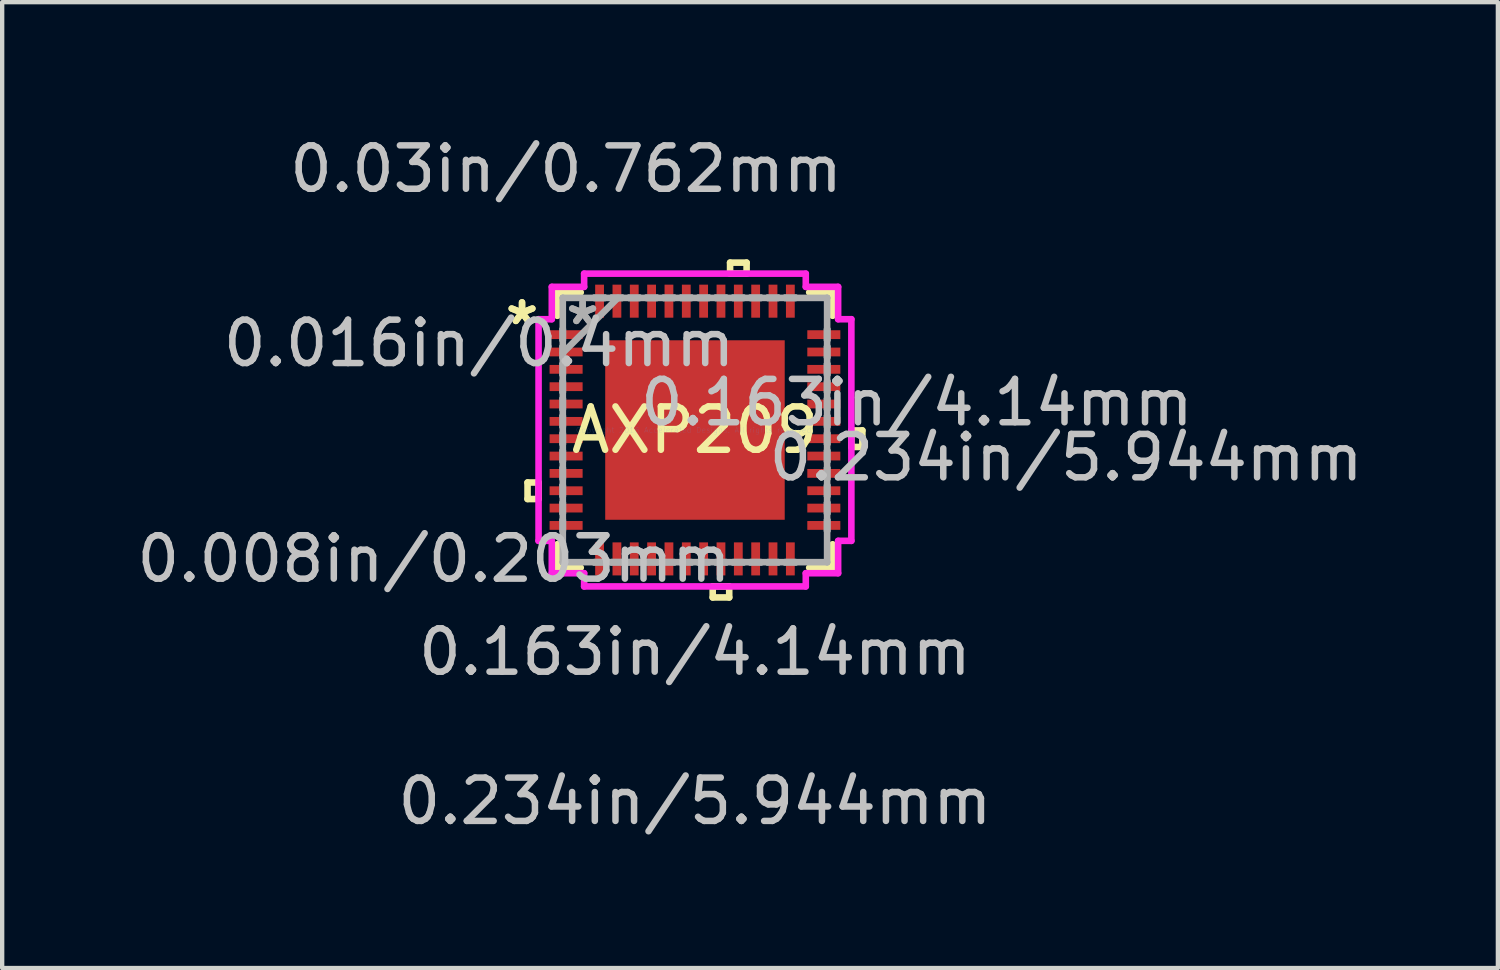
<source format=kicad_pcb>
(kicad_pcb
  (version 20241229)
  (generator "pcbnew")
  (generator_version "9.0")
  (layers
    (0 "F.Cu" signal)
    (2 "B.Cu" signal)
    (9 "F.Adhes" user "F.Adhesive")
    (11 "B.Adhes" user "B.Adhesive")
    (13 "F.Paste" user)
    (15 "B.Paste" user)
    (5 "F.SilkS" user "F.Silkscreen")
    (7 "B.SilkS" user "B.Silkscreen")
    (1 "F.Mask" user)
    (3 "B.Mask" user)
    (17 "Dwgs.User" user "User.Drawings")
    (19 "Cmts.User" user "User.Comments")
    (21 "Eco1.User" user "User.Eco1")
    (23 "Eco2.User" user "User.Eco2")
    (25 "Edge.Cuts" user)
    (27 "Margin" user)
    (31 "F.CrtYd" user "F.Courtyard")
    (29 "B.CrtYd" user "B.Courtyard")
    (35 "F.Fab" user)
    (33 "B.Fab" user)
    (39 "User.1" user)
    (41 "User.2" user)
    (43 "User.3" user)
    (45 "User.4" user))
  (footprint "AXP209"
    (layer "F.Cu")
    (at 12.978 6.868)
    (property "Reference" "AXP209" (at 0 0 0) (layer "F.SilkS") (effects (font (size 1 1) (thickness 0.15))))
    (attr through_hole)
    (fp_line (start -3.861 1.21) (end -3.861 1.591) (stroke (width 0.152) (type solid)) (layer "F.SilkS"))
    (fp_line (start -3.861 1.591) (end -3.607 1.591) (stroke (width 0.152) (type solid)) (layer "F.SilkS"))
    (fp_line (start -3.607 1.21) (end -3.861 1.21) (stroke (width 0.152) (type solid)) (layer "F.SilkS"))
    (fp_line (start -3.607 1.591) (end -3.607 1.21) (stroke (width 0.152) (type solid)) (layer "F.SilkS"))
    (fp_line (start -3.175 -3.175) (end -3.175 -2.634) (stroke (width 0.152) (type solid)) (layer "F.SilkS"))
    (fp_line (start -3.175 2.634) (end -3.175 3.175) (stroke (width 0.152) (type solid)) (layer "F.SilkS"))
    (fp_line (start -3.175 3.175) (end -2.634 3.175) (stroke (width 0.152) (type solid)) (layer "F.SilkS"))
    (fp_line (start -2.634 -3.175) (end -3.175 -3.175) (stroke (width 0.152) (type solid)) (layer "F.SilkS"))
    (fp_line (start 0.409 3.607) (end 0.409 3.861) (stroke (width 0.152) (type solid)) (layer "F.SilkS"))
    (fp_line (start 0.409 3.861) (end 0.79 3.861) (stroke (width 0.152) (type solid)) (layer "F.SilkS"))
    (fp_line (start 0.79 3.607) (end 0.409 3.607) (stroke (width 0.152) (type solid)) (layer "F.SilkS"))
    (fp_line (start 0.79 3.861) (end 0.79 3.607) (stroke (width 0.152) (type solid)) (layer "F.SilkS"))
    (fp_line (start 0.81 -3.861) (end 1.191 -3.861) (stroke (width 0.152) (type solid)) (layer "F.SilkS"))
    (fp_line (start 0.81 -3.607) (end 0.81 -3.861) (stroke (width 0.152) (type solid)) (layer "F.SilkS"))
    (fp_line (start 1.191 -3.861) (end 1.191 -3.607) (stroke (width 0.152) (type solid)) (layer "F.SilkS"))
    (fp_line (start 1.191 -3.607) (end 0.81 -3.607) (stroke (width 0.152) (type solid)) (layer "F.SilkS"))
    (fp_line (start 2.634 3.175) (end 3.175 3.175) (stroke (width 0.152) (type solid)) (layer "F.SilkS"))
    (fp_line (start 3.175 -3.175) (end 2.634 -3.175) (stroke (width 0.152) (type solid)) (layer "F.SilkS"))
    (fp_line (start 3.175 -2.634) (end 3.175 -3.175) (stroke (width 0.152) (type solid)) (layer "F.SilkS"))
    (fp_line (start 3.175 3.175) (end 3.175 2.634) (stroke (width 0.152) (type solid)) (layer "F.SilkS"))
    (fp_line (start 3.607 0.009) (end 3.861 0.009) (stroke (width 0.152) (type solid)) (layer "F.SilkS"))
    (fp_line (start 3.607 0.391) (end 3.607 0.009) (stroke (width 0.152) (type solid)) (layer "F.SilkS"))
    (fp_line (start 3.861 0.009) (end 3.861 0.391) (stroke (width 0.152) (type solid)) (layer "F.SilkS"))
    (fp_line (start 3.861 0.391) (end 3.607 0.391) (stroke (width 0.152) (type solid)) (layer "F.SilkS"))
    (fp_line (start -1.97 -1.97) (end -1.97 -0.79) (stroke (width 0.152) (type solid)) (layer "F.Paste"))
    (fp_line (start -1.97 -0.79) (end -0.79 -0.79) (stroke (width 0.152) (type solid)) (layer "F.Paste"))
    (fp_line (start -1.97 -0.59) (end -1.97 0.59) (stroke (width 0.152) (type solid)) (layer "F.Paste"))
    (fp_line (start -1.97 0.59) (end -0.79 0.59) (stroke (width 0.152) (type solid)) (layer "F.Paste"))
    (fp_line (start -1.97 0.79) (end -1.97 1.97) (stroke (width 0.152) (type solid)) (layer "F.Paste"))
    (fp_line (start -1.97 1.97) (end -0.79 1.97) (stroke (width 0.152) (type solid)) (layer "F.Paste"))
    (fp_line (start -0.79 -1.97) (end -1.97 -1.97) (stroke (width 0.152) (type solid)) (layer "F.Paste"))
    (fp_line (start -0.79 -0.79) (end -0.79 -1.97) (stroke (width 0.152) (type solid)) (layer "F.Paste"))
    (fp_line (start -0.79 -0.59) (end -1.97 -0.59) (stroke (width 0.152) (type solid)) (layer "F.Paste"))
    (fp_line (start -0.79 0.59) (end -0.79 -0.59) (stroke (width 0.152) (type solid)) (layer "F.Paste"))
    (fp_line (start -0.79 0.79) (end -1.97 0.79) (stroke (width 0.152) (type solid)) (layer "F.Paste"))
    (fp_line (start -0.79 1.97) (end -0.79 0.79) (stroke (width 0.152) (type solid)) (layer "F.Paste"))
    (fp_line (start -0.59 -1.97) (end -0.59 -0.79) (stroke (width 0.152) (type solid)) (layer "F.Paste"))
    (fp_line (start -0.59 -0.79) (end 0.59 -0.79) (stroke (width 0.152) (type solid)) (layer "F.Paste"))
    (fp_line (start -0.59 -0.59) (end -0.59 0.59) (stroke (width 0.152) (type solid)) (layer "F.Paste"))
    (fp_line (start -0.59 0.59) (end 0.59 0.59) (stroke (width 0.152) (type solid)) (layer "F.Paste"))
    (fp_line (start -0.59 0.79) (end -0.59 1.97) (stroke (width 0.152) (type solid)) (layer "F.Paste"))
    (fp_line (start -0.59 1.97) (end 0.59 1.97) (stroke (width 0.152) (type solid)) (layer "F.Paste"))
    (fp_line (start 0.59 -1.97) (end -0.59 -1.97) (stroke (width 0.152) (type solid)) (layer "F.Paste"))
    (fp_line (start 0.59 -0.79) (end 0.59 -1.97) (stroke (width 0.152) (type solid)) (layer "F.Paste"))
    (fp_line (start 0.59 -0.59) (end -0.59 -0.59) (stroke (width 0.152) (type solid)) (layer "F.Paste"))
    (fp_line (start 0.59 0.59) (end 0.59 -0.59) (stroke (width 0.152) (type solid)) (layer "F.Paste"))
    (fp_line (start 0.59 0.79) (end -0.59 0.79) (stroke (width 0.152) (type solid)) (layer "F.Paste"))
    (fp_line (start 0.59 1.97) (end 0.59 0.79) (stroke (width 0.152) (type solid)) (layer "F.Paste"))
    (fp_line (start 0.79 -1.97) (end 0.79 -0.79) (stroke (width 0.152) (type solid)) (layer "F.Paste"))
    (fp_line (start 0.79 -0.79) (end 1.97 -0.79) (stroke (width 0.152) (type solid)) (layer "F.Paste"))
    (fp_line (start 0.79 -0.59) (end 0.79 0.59) (stroke (width 0.152) (type solid)) (layer "F.Paste"))
    (fp_line (start 0.79 0.59) (end 1.97 0.59) (stroke (width 0.152) (type solid)) (layer "F.Paste"))
    (fp_line (start 0.79 0.79) (end 0.79 1.97) (stroke (width 0.152) (type solid)) (layer "F.Paste"))
    (fp_line (start 0.79 1.97) (end 1.97 1.97) (stroke (width 0.152) (type solid)) (layer "F.Paste"))
    (fp_line (start 1.97 -1.97) (end 0.79 -1.97) (stroke (width 0.152) (type solid)) (layer "F.Paste"))
    (fp_line (start 1.97 -0.79) (end 1.97 -1.97) (stroke (width 0.152) (type solid)) (layer "F.Paste"))
    (fp_line (start 1.97 -0.59) (end 0.79 -0.59) (stroke (width 0.152) (type solid)) (layer "F.Paste"))
    (fp_line (start 1.97 0.59) (end 1.97 -0.59) (stroke (width 0.152) (type solid)) (layer "F.Paste"))
    (fp_line (start 1.97 0.79) (end 0.79 0.79) (stroke (width 0.152) (type solid)) (layer "F.Paste"))
    (fp_line (start 1.97 1.97) (end 1.97 0.79) (stroke (width 0.152) (type solid)) (layer "F.Paste"))
    (fp_line (start -3.607 -2.556) (end -3.302 -2.556) (stroke (width 0.152) (type solid)) (layer "F.CrtYd"))
    (fp_line (start -3.607 2.556) (end -3.607 -2.556) (stroke (width 0.152) (type solid)) (layer "F.CrtYd"))
    (fp_line (start -3.302 -3.302) (end -2.556 -3.302) (stroke (width 0.152) (type solid)) (layer "F.CrtYd"))
    (fp_line (start -3.302 -2.556) (end -3.302 -3.302) (stroke (width 0.152) (type solid)) (layer "F.CrtYd"))
    (fp_line (start -3.302 2.556) (end -3.607 2.556) (stroke (width 0.152) (type solid)) (layer "F.CrtYd"))
    (fp_line (start -3.302 3.302) (end -3.302 2.556) (stroke (width 0.152) (type solid)) (layer "F.CrtYd"))
    (fp_line (start -2.556 -3.607) (end 2.556 -3.607) (stroke (width 0.152) (type solid)) (layer "F.CrtYd"))
    (fp_line (start -2.556 -3.302) (end -2.556 -3.607) (stroke (width 0.152) (type solid)) (layer "F.CrtYd"))
    (fp_line (start -2.556 3.302) (end -3.302 3.302) (stroke (width 0.152) (type solid)) (layer "F.CrtYd"))
    (fp_line (start -2.556 3.607) (end -2.556 3.302) (stroke (width 0.152) (type solid)) (layer "F.CrtYd"))
    (fp_line (start 2.556 -3.607) (end 2.556 -3.302) (stroke (width 0.152) (type solid)) (layer "F.CrtYd"))
    (fp_line (start 2.556 -3.302) (end 3.302 -3.302) (stroke (width 0.152) (type solid)) (layer "F.CrtYd"))
    (fp_line (start 2.556 3.302) (end 2.556 3.607) (stroke (width 0.152) (type solid)) (layer "F.CrtYd"))
    (fp_line (start 2.556 3.607) (end -2.556 3.607) (stroke (width 0.152) (type solid)) (layer "F.CrtYd"))
    (fp_line (start 3.302 -3.302) (end 3.302 -2.556) (stroke (width 0.152) (type solid)) (layer "F.CrtYd"))
    (fp_line (start 3.302 -2.556) (end 3.607 -2.556) (stroke (width 0.152) (type solid)) (layer "F.CrtYd"))
    (fp_line (start 3.302 2.556) (end 3.302 3.302) (stroke (width 0.152) (type solid)) (layer "F.CrtYd"))
    (fp_line (start 3.302 3.302) (end 2.556 3.302) (stroke (width 0.152) (type solid)) (layer "F.CrtYd"))
    (fp_line (start 3.607 -2.556) (end 3.607 2.556) (stroke (width 0.152) (type solid)) (layer "F.CrtYd"))
    (fp_line (start 3.607 2.556) (end 3.302 2.556) (stroke (width 0.152) (type solid)) (layer "F.CrtYd"))
    (fp_line (start -3.048 -3.048) (end -3.048 -3.048) (stroke (width 0.152) (type solid)) (layer "F.Fab"))
    (fp_line (start -3.048 -3.048) (end -3.048 3.048) (stroke (width 0.152) (type solid)) (layer "F.Fab"))
    (fp_line (start -3.048 -2.327) (end -3.048 -2.327) (stroke (width 0.152) (type solid)) (layer "F.Fab"))
    (fp_line (start -3.048 -2.327) (end -3.048 -2.073) (stroke (width 0.152) (type solid)) (layer "F.Fab"))
    (fp_line (start -3.048 -2.073) (end -3.048 -2.327) (stroke (width 0.152) (type solid)) (layer "F.Fab"))
    (fp_line (start -3.048 -2.073) (end -3.048 -2.073) (stroke (width 0.152) (type solid)) (layer "F.Fab"))
    (fp_line (start -3.048 -1.927) (end -3.048 -1.927) (stroke (width 0.152) (type solid)) (layer "F.Fab"))
    (fp_line (start -3.048 -1.927) (end -3.048 -1.673) (stroke (width 0.152) (type solid)) (layer "F.Fab"))
    (fp_line (start -3.048 -1.778) (end -1.778 -3.048) (stroke (width 0.152) (type solid)) (layer "F.Fab"))
    (fp_line (start -3.048 -1.673) (end -3.048 -1.927) (stroke (width 0.152) (type solid)) (layer "F.Fab"))
    (fp_line (start -3.048 -1.673) (end -3.048 -1.673) (stroke (width 0.152) (type solid)) (layer "F.Fab"))
    (fp_line (start -3.048 -1.527) (end -3.048 -1.527) (stroke (width 0.152) (type solid)) (layer "F.Fab"))
    (fp_line (start -3.048 -1.527) (end -3.048 -1.273) (stroke (width 0.152) (type solid)) (layer "F.Fab"))
    (fp_line (start -3.048 -1.273) (end -3.048 -1.527) (stroke (width 0.152) (type solid)) (layer "F.Fab"))
    (fp_line (start -3.048 -1.273) (end -3.048 -1.273) (stroke (width 0.152) (type solid)) (layer "F.Fab"))
    (fp_line (start -3.048 -1.127) (end -3.048 -1.127) (stroke (width 0.152) (type solid)) (layer "F.Fab"))
    (fp_line (start -3.048 -1.127) (end -3.048 -0.873) (stroke (width 0.152) (type solid)) (layer "F.Fab"))
    (fp_line (start -3.048 -0.873) (end -3.048 -1.127) (stroke (width 0.152) (type solid)) (layer "F.Fab"))
    (fp_line (start -3.048 -0.873) (end -3.048 -0.873) (stroke (width 0.152) (type solid)) (layer "F.Fab"))
    (fp_line (start -3.048 -0.727) (end -3.048 -0.727) (stroke (width 0.152) (type solid)) (layer "F.Fab"))
    (fp_line (start -3.048 -0.727) (end -3.048 -0.473) (stroke (width 0.152) (type solid)) (layer "F.Fab"))
    (fp_line (start -3.048 -0.473) (end -3.048 -0.727) (stroke (width 0.152) (type solid)) (layer "F.Fab"))
    (fp_line (start -3.048 -0.473) (end -3.048 -0.473) (stroke (width 0.152) (type solid)) (layer "F.Fab"))
    (fp_line (start -3.048 -0.327) (end -3.048 -0.327) (stroke (width 0.152) (type solid)) (layer "F.Fab"))
    (fp_line (start -3.048 -0.327) (end -3.048 -0.073) (stroke (width 0.152) (type solid)) (layer "F.Fab"))
    (fp_line (start -3.048 -0.073) (end -3.048 -0.327) (stroke (width 0.152) (type solid)) (layer "F.Fab"))
    (fp_line (start -3.048 -0.073) (end -3.048 -0.073) (stroke (width 0.152) (type solid)) (layer "F.Fab"))
    (fp_line (start -3.048 0.073) (end -3.048 0.073) (stroke (width 0.152) (type solid)) (layer "F.Fab"))
    (fp_line (start -3.048 0.073) (end -3.048 0.327) (stroke (width 0.152) (type solid)) (layer "F.Fab"))
    (fp_line (start -3.048 0.327) (end -3.048 0.073) (stroke (width 0.152) (type solid)) (layer "F.Fab"))
    (fp_line (start -3.048 0.327) (end -3.048 0.327) (stroke (width 0.152) (type solid)) (layer "F.Fab"))
    (fp_line (start -3.048 0.473) (end -3.048 0.473) (stroke (width 0.152) (type solid)) (layer "F.Fab"))
    (fp_line (start -3.048 0.473) (end -3.048 0.727) (stroke (width 0.152) (type solid)) (layer "F.Fab"))
    (fp_line (start -3.048 0.727) (end -3.048 0.473) (stroke (width 0.152) (type solid)) (layer "F.Fab"))
    (fp_line (start -3.048 0.727) (end -3.048 0.727) (stroke (width 0.152) (type solid)) (layer "F.Fab"))
    (fp_line (start -3.048 0.873) (end -3.048 0.873) (stroke (width 0.152) (type solid)) (layer "F.Fab"))
    (fp_line (start -3.048 0.873) (end -3.048 1.127) (stroke (width 0.152) (type solid)) (layer "F.Fab"))
    (fp_line (start -3.048 1.127) (end -3.048 0.873) (stroke (width 0.152) (type solid)) (layer "F.Fab"))
    (fp_line (start -3.048 1.127) (end -3.048 1.127) (stroke (width 0.152) (type solid)) (layer "F.Fab"))
    (fp_line (start -3.048 1.273) (end -3.048 1.273) (stroke (width 0.152) (type solid)) (layer "F.Fab"))
    (fp_line (start -3.048 1.273) (end -3.048 1.527) (stroke (width 0.152) (type solid)) (layer "F.Fab"))
    (fp_line (start -3.048 1.527) (end -3.048 1.273) (stroke (width 0.152) (type solid)) (layer "F.Fab"))
    (fp_line (start -3.048 1.527) (end -3.048 1.527) (stroke (width 0.152) (type solid)) (layer "F.Fab"))
    (fp_line (start -3.048 1.673) (end -3.048 1.673) (stroke (width 0.152) (type solid)) (layer "F.Fab"))
    (fp_line (start -3.048 1.673) (end -3.048 1.927) (stroke (width 0.152) (type solid)) (layer "F.Fab"))
    (fp_line (start -3.048 1.927) (end -3.048 1.673) (stroke (width 0.152) (type solid)) (layer "F.Fab"))
    (fp_line (start -3.048 1.927) (end -3.048 1.927) (stroke (width 0.152) (type solid)) (layer "F.Fab"))
    (fp_line (start -3.048 2.073) (end -3.048 2.073) (stroke (width 0.152) (type solid)) (layer "F.Fab"))
    (fp_line (start -3.048 2.073) (end -3.048 2.327) (stroke (width 0.152) (type solid)) (layer "F.Fab"))
    (fp_line (start -3.048 2.327) (end -3.048 2.073) (stroke (width 0.152) (type solid)) (layer "F.Fab"))
    (fp_line (start -3.048 2.327) (end -3.048 2.327) (stroke (width 0.152) (type solid)) (layer "F.Fab"))
    (fp_line (start -3.048 3.048) (end -3.048 3.048) (stroke (width 0.152) (type solid)) (layer "F.Fab"))
    (fp_line (start -3.048 3.048) (end 3.048 3.048) (stroke (width 0.152) (type solid)) (layer "F.Fab"))
    (fp_line (start -2.327 -3.048) (end -2.327 -3.048) (stroke (width 0.152) (type solid)) (layer "F.Fab"))
    (fp_line (start -2.327 -3.048) (end -2.073 -3.048) (stroke (width 0.152) (type solid)) (layer "F.Fab"))
    (fp_line (start -2.327 3.048) (end -2.327 3.048) (stroke (width 0.152) (type solid)) (layer "F.Fab"))
    (fp_line (start -2.327 3.048) (end -2.073 3.048) (stroke (width 0.152) (type solid)) (layer "F.Fab"))
    (fp_line (start -2.073 -3.048) (end -2.327 -3.048) (stroke (width 0.152) (type solid)) (layer "F.Fab"))
    (fp_line (start -2.073 -3.048) (end -2.073 -3.048) (stroke (width 0.152) (type solid)) (layer "F.Fab"))
    (fp_line (start -2.073 3.048) (end -2.327 3.048) (stroke (width 0.152) (type solid)) (layer "F.Fab"))
    (fp_line (start -2.073 3.048) (end -2.073 3.048) (stroke (width 0.152) (type solid)) (layer "F.Fab"))
    (fp_line (start -1.927 -3.048) (end -1.927 -3.048) (stroke (width 0.152) (type solid)) (layer "F.Fab"))
    (fp_line (start -1.927 -3.048) (end -1.673 -3.048) (stroke (width 0.152) (type solid)) (layer "F.Fab"))
    (fp_line (start -1.927 3.048) (end -1.927 3.048) (stroke (width 0.152) (type solid)) (layer "F.Fab"))
    (fp_line (start -1.927 3.048) (end -1.673 3.048) (stroke (width 0.152) (type solid)) (layer "F.Fab"))
    (fp_line (start -1.673 -3.048) (end -1.927 -3.048) (stroke (width 0.152) (type solid)) (layer "F.Fab"))
    (fp_line (start -1.673 -3.048) (end -1.673 -3.048) (stroke (width 0.152) (type solid)) (layer "F.Fab"))
    (fp_line (start -1.673 3.048) (end -1.927 3.048) (stroke (width 0.152) (type solid)) (layer "F.Fab"))
    (fp_line (start -1.673 3.048) (end -1.673 3.048) (stroke (width 0.152) (type solid)) (layer "F.Fab"))
    (fp_line (start -1.527 -3.048) (end -1.527 -3.048) (stroke (width 0.152) (type solid)) (layer "F.Fab"))
    (fp_line (start -1.527 -3.048) (end -1.273 -3.048) (stroke (width 0.152) (type solid)) (layer "F.Fab"))
    (fp_line (start -1.527 3.048) (end -1.527 3.048) (stroke (width 0.152) (type solid)) (layer "F.Fab"))
    (fp_line (start -1.527 3.048) (end -1.273 3.048) (stroke (width 0.152) (type solid)) (layer "F.Fab"))
    (fp_line (start -1.273 -3.048) (end -1.527 -3.048) (stroke (width 0.152) (type solid)) (layer "F.Fab"))
    (fp_line (start -1.273 -3.048) (end -1.273 -3.048) (stroke (width 0.152) (type solid)) (layer "F.Fab"))
    (fp_line (start -1.273 3.048) (end -1.527 3.048) (stroke (width 0.152) (type solid)) (layer "F.Fab"))
    (fp_line (start -1.273 3.048) (end -1.273 3.048) (stroke (width 0.152) (type solid)) (layer "F.Fab"))
    (fp_line (start -1.127 -3.048) (end -1.127 -3.048) (stroke (width 0.152) (type solid)) (layer "F.Fab"))
    (fp_line (start -1.127 -3.048) (end -0.873 -3.048) (stroke (width 0.152) (type solid)) (layer "F.Fab"))
    (fp_line (start -1.127 3.048) (end -1.127 3.048) (stroke (width 0.152) (type solid)) (layer "F.Fab"))
    (fp_line (start -1.127 3.048) (end -0.873 3.048) (stroke (width 0.152) (type solid)) (layer "F.Fab"))
    (fp_line (start -0.873 -3.048) (end -1.127 -3.048) (stroke (width 0.152) (type solid)) (layer "F.Fab"))
    (fp_line (start -0.873 -3.048) (end -0.873 -3.048) (stroke (width 0.152) (type solid)) (layer "F.Fab"))
    (fp_line (start -0.873 3.048) (end -1.127 3.048) (stroke (width 0.152) (type solid)) (layer "F.Fab"))
    (fp_line (start -0.873 3.048) (end -0.873 3.048) (stroke (width 0.152) (type solid)) (layer "F.Fab"))
    (fp_line (start -0.727 -3.048) (end -0.727 -3.048) (stroke (width 0.152) (type solid)) (layer "F.Fab"))
    (fp_line (start -0.727 -3.048) (end -0.473 -3.048) (stroke (width 0.152) (type solid)) (layer "F.Fab"))
    (fp_line (start -0.727 3.048) (end -0.727 3.048) (stroke (width 0.152) (type solid)) (layer "F.Fab"))
    (fp_line (start -0.727 3.048) (end -0.473 3.048) (stroke (width 0.152) (type solid)) (layer "F.Fab"))
    (fp_line (start -0.473 -3.048) (end -0.727 -3.048) (stroke (width 0.152) (type solid)) (layer "F.Fab"))
    (fp_line (start -0.473 -3.048) (end -0.473 -3.048) (stroke (width 0.152) (type solid)) (layer "F.Fab"))
    (fp_line (start -0.473 3.048) (end -0.727 3.048) (stroke (width 0.152) (type solid)) (layer "F.Fab"))
    (fp_line (start -0.473 3.048) (end -0.473 3.048) (stroke (width 0.152) (type solid)) (layer "F.Fab"))
    (fp_line (start -0.327 -3.048) (end -0.327 -3.048) (stroke (width 0.152) (type solid)) (layer "F.Fab"))
    (fp_line (start -0.327 -3.048) (end -0.073 -3.048) (stroke (width 0.152) (type solid)) (layer "F.Fab"))
    (fp_line (start -0.327 3.048) (end -0.327 3.048) (stroke (width 0.152) (type solid)) (layer "F.Fab"))
    (fp_line (start -0.327 3.048) (end -0.073 3.048) (stroke (width 0.152) (type solid)) (layer "F.Fab"))
    (fp_line (start -0.073 -3.048) (end -0.327 -3.048) (stroke (width 0.152) (type solid)) (layer "F.Fab"))
    (fp_line (start -0.073 -3.048) (end -0.073 -3.048) (stroke (width 0.152) (type solid)) (layer "F.Fab"))
    (fp_line (start -0.073 3.048) (end -0.327 3.048) (stroke (width 0.152) (type solid)) (layer "F.Fab"))
    (fp_line (start -0.073 3.048) (end -0.073 3.048) (stroke (width 0.152) (type solid)) (layer "F.Fab"))
    (fp_line (start 0.073 -3.048) (end 0.073 -3.048) (stroke (width 0.152) (type solid)) (layer "F.Fab"))
    (fp_line (start 0.073 -3.048) (end 0.327 -3.048) (stroke (width 0.152) (type solid)) (layer "F.Fab"))
    (fp_line (start 0.073 3.048) (end 0.073 3.048) (stroke (width 0.152) (type solid)) (layer "F.Fab"))
    (fp_line (start 0.073 3.048) (end 0.327 3.048) (stroke (width 0.152) (type solid)) (layer "F.Fab"))
    (fp_line (start 0.327 -3.048) (end 0.073 -3.048) (stroke (width 0.152) (type solid)) (layer "F.Fab"))
    (fp_line (start 0.327 -3.048) (end 0.327 -3.048) (stroke (width 0.152) (type solid)) (layer "F.Fab"))
    (fp_line (start 0.327 3.048) (end 0.073 3.048) (stroke (width 0.152) (type solid)) (layer "F.Fab"))
    (fp_line (start 0.327 3.048) (end 0.327 3.048) (stroke (width 0.152) (type solid)) (layer "F.Fab"))
    (fp_line (start 0.473 -3.048) (end 0.473 -3.048) (stroke (width 0.152) (type solid)) (layer "F.Fab"))
    (fp_line (start 0.473 -3.048) (end 0.727 -3.048) (stroke (width 0.152) (type solid)) (layer "F.Fab"))
    (fp_line (start 0.473 3.048) (end 0.473 3.048) (stroke (width 0.152) (type solid)) (layer "F.Fab"))
    (fp_line (start 0.473 3.048) (end 0.727 3.048) (stroke (width 0.152) (type solid)) (layer "F.Fab"))
    (fp_line (start 0.727 -3.048) (end 0.473 -3.048) (stroke (width 0.152) (type solid)) (layer "F.Fab"))
    (fp_line (start 0.727 -3.048) (end 0.727 -3.048) (stroke (width 0.152) (type solid)) (layer "F.Fab"))
    (fp_line (start 0.727 3.048) (end 0.473 3.048) (stroke (width 0.152) (type solid)) (layer "F.Fab"))
    (fp_line (start 0.727 3.048) (end 0.727 3.048) (stroke (width 0.152) (type solid)) (layer "F.Fab"))
    (fp_line (start 0.873 -3.048) (end 0.873 -3.048) (stroke (width 0.152) (type solid)) (layer "F.Fab"))
    (fp_line (start 0.873 -3.048) (end 1.127 -3.048) (stroke (width 0.152) (type solid)) (layer "F.Fab"))
    (fp_line (start 0.873 3.048) (end 0.873 3.048) (stroke (width 0.152) (type solid)) (layer "F.Fab"))
    (fp_line (start 0.873 3.048) (end 1.127 3.048) (stroke (width 0.152) (type solid)) (layer "F.Fab"))
    (fp_line (start 1.127 -3.048) (end 0.873 -3.048) (stroke (width 0.152) (type solid)) (layer "F.Fab"))
    (fp_line (start 1.127 -3.048) (end 1.127 -3.048) (stroke (width 0.152) (type solid)) (layer "F.Fab"))
    (fp_line (start 1.127 3.048) (end 0.873 3.048) (stroke (width 0.152) (type solid)) (layer "F.Fab"))
    (fp_line (start 1.127 3.048) (end 1.127 3.048) (stroke (width 0.152) (type solid)) (layer "F.Fab"))
    (fp_line (start 1.273 -3.048) (end 1.273 -3.048) (stroke (width 0.152) (type solid)) (layer "F.Fab"))
    (fp_line (start 1.273 -3.048) (end 1.527 -3.048) (stroke (width 0.152) (type solid)) (layer "F.Fab"))
    (fp_line (start 1.273 3.048) (end 1.273 3.048) (stroke (width 0.152) (type solid)) (layer "F.Fab"))
    (fp_line (start 1.273 3.048) (end 1.527 3.048) (stroke (width 0.152) (type solid)) (layer "F.Fab"))
    (fp_line (start 1.527 -3.048) (end 1.273 -3.048) (stroke (width 0.152) (type solid)) (layer "F.Fab"))
    (fp_line (start 1.527 -3.048) (end 1.527 -3.048) (stroke (width 0.152) (type solid)) (layer "F.Fab"))
    (fp_line (start 1.527 3.048) (end 1.273 3.048) (stroke (width 0.152) (type solid)) (layer "F.Fab"))
    (fp_line (start 1.527 3.048) (end 1.527 3.048) (stroke (width 0.152) (type solid)) (layer "F.Fab"))
    (fp_line (start 1.673 -3.048) (end 1.673 -3.048) (stroke (width 0.152) (type solid)) (layer "F.Fab"))
    (fp_line (start 1.673 -3.048) (end 1.927 -3.048) (stroke (width 0.152) (type solid)) (layer "F.Fab"))
    (fp_line (start 1.673 3.048) (end 1.673 3.048) (stroke (width 0.152) (type solid)) (layer "F.Fab"))
    (fp_line (start 1.673 3.048) (end 1.927 3.048) (stroke (width 0.152) (type solid)) (layer "F.Fab"))
    (fp_line (start 1.927 -3.048) (end 1.673 -3.048) (stroke (width 0.152) (type solid)) (layer "F.Fab"))
    (fp_line (start 1.927 -3.048) (end 1.927 -3.048) (stroke (width 0.152) (type solid)) (layer "F.Fab"))
    (fp_line (start 1.927 3.048) (end 1.673 3.048) (stroke (width 0.152) (type solid)) (layer "F.Fab"))
    (fp_line (start 1.927 3.048) (end 1.927 3.048) (stroke (width 0.152) (type solid)) (layer "F.Fab"))
    (fp_line (start 2.073 -3.048) (end 2.073 -3.048) (stroke (width 0.152) (type solid)) (layer "F.Fab"))
    (fp_line (start 2.073 -3.048) (end 2.327 -3.048) (stroke (width 0.152) (type solid)) (layer "F.Fab"))
    (fp_line (start 2.073 3.048) (end 2.073 3.048) (stroke (width 0.152) (type solid)) (layer "F.Fab"))
    (fp_line (start 2.073 3.048) (end 2.327 3.048) (stroke (width 0.152) (type solid)) (layer "F.Fab"))
    (fp_line (start 2.327 -3.048) (end 2.073 -3.048) (stroke (width 0.152) (type solid)) (layer "F.Fab"))
    (fp_line (start 2.327 -3.048) (end 2.327 -3.048) (stroke (width 0.152) (type solid)) (layer "F.Fab"))
    (fp_line (start 2.327 3.048) (end 2.073 3.048) (stroke (width 0.152) (type solid)) (layer "F.Fab"))
    (fp_line (start 2.327 3.048) (end 2.327 3.048) (stroke (width 0.152) (type solid)) (layer "F.Fab"))
    (fp_line (start 3.048 -3.048) (end -3.048 -3.048) (stroke (width 0.152) (type solid)) (layer "F.Fab"))
    (fp_line (start 3.048 -3.048) (end 3.048 -3.048) (stroke (width 0.152) (type solid)) (layer "F.Fab"))
    (fp_line (start 3.048 -2.327) (end 3.048 -2.327) (stroke (width 0.152) (type solid)) (layer "F.Fab"))
    (fp_line (start 3.048 -2.327) (end 3.048 -2.073) (stroke (width 0.152) (type solid)) (layer "F.Fab"))
    (fp_line (start 3.048 -2.073) (end 3.048 -2.327) (stroke (width 0.152) (type solid)) (layer "F.Fab"))
    (fp_line (start 3.048 -2.073) (end 3.048 -2.073) (stroke (width 0.152) (type solid)) (layer "F.Fab"))
    (fp_line (start 3.048 -1.927) (end 3.048 -1.927) (stroke (width 0.152) (type solid)) (layer "F.Fab"))
    (fp_line (start 3.048 -1.927) (end 3.048 -1.673) (stroke (width 0.152) (type solid)) (layer "F.Fab"))
    (fp_line (start 3.048 -1.673) (end 3.048 -1.927) (stroke (width 0.152) (type solid)) (layer "F.Fab"))
    (fp_line (start 3.048 -1.673) (end 3.048 -1.673) (stroke (width 0.152) (type solid)) (layer "F.Fab"))
    (fp_line (start 3.048 -1.527) (end 3.048 -1.527) (stroke (width 0.152) (type solid)) (layer "F.Fab"))
    (fp_line (start 3.048 -1.527) (end 3.048 -1.273) (stroke (width 0.152) (type solid)) (layer "F.Fab"))
    (fp_line (start 3.048 -1.273) (end 3.048 -1.527) (stroke (width 0.152) (type solid)) (layer "F.Fab"))
    (fp_line (start 3.048 -1.273) (end 3.048 -1.273) (stroke (width 0.152) (type solid)) (layer "F.Fab"))
    (fp_line (start 3.048 -1.127) (end 3.048 -1.127) (stroke (width 0.152) (type solid)) (layer "F.Fab"))
    (fp_line (start 3.048 -1.127) (end 3.048 -0.873) (stroke (width 0.152) (type solid)) (layer "F.Fab"))
    (fp_line (start 3.048 -0.873) (end 3.048 -1.127) (stroke (width 0.152) (type solid)) (layer "F.Fab"))
    (fp_line (start 3.048 -0.873) (end 3.048 -0.873) (stroke (width 0.152) (type solid)) (layer "F.Fab"))
    (fp_line (start 3.048 -0.727) (end 3.048 -0.727) (stroke (width 0.152) (type solid)) (layer "F.Fab"))
    (fp_line (start 3.048 -0.727) (end 3.048 -0.473) (stroke (width 0.152) (type solid)) (layer "F.Fab"))
    (fp_line (start 3.048 -0.473) (end 3.048 -0.727) (stroke (width 0.152) (type solid)) (layer "F.Fab"))
    (fp_line (start 3.048 -0.473) (end 3.048 -0.473) (stroke (width 0.152) (type solid)) (layer "F.Fab"))
    (fp_line (start 3.048 -0.327) (end 3.048 -0.327) (stroke (width 0.152) (type solid)) (layer "F.Fab"))
    (fp_line (start 3.048 -0.327) (end 3.048 -0.073) (stroke (width 0.152) (type solid)) (layer "F.Fab"))
    (fp_line (start 3.048 -0.073) (end 3.048 -0.327) (stroke (width 0.152) (type solid)) (layer "F.Fab"))
    (fp_line (start 3.048 -0.073) (end 3.048 -0.073) (stroke (width 0.152) (type solid)) (layer "F.Fab"))
    (fp_line (start 3.048 0.073) (end 3.048 0.073) (stroke (width 0.152) (type solid)) (layer "F.Fab"))
    (fp_line (start 3.048 0.073) (end 3.048 0.327) (stroke (width 0.152) (type solid)) (layer "F.Fab"))
    (fp_line (start 3.048 0.327) (end 3.048 0.073) (stroke (width 0.152) (type solid)) (layer "F.Fab"))
    (fp_line (start 3.048 0.327) (end 3.048 0.327) (stroke (width 0.152) (type solid)) (layer "F.Fab"))
    (fp_line (start 3.048 0.473) (end 3.048 0.473) (stroke (width 0.152) (type solid)) (layer "F.Fab"))
    (fp_line (start 3.048 0.473) (end 3.048 0.727) (stroke (width 0.152) (type solid)) (layer "F.Fab"))
    (fp_line (start 3.048 0.727) (end 3.048 0.473) (stroke (width 0.152) (type solid)) (layer "F.Fab"))
    (fp_line (start 3.048 0.727) (end 3.048 0.727) (stroke (width 0.152) (type solid)) (layer "F.Fab"))
    (fp_line (start 3.048 0.873) (end 3.048 0.873) (stroke (width 0.152) (type solid)) (layer "F.Fab"))
    (fp_line (start 3.048 0.873) (end 3.048 1.127) (stroke (width 0.152) (type solid)) (layer "F.Fab"))
    (fp_line (start 3.048 1.127) (end 3.048 0.873) (stroke (width 0.152) (type solid)) (layer "F.Fab"))
    (fp_line (start 3.048 1.127) (end 3.048 1.127) (stroke (width 0.152) (type solid)) (layer "F.Fab"))
    (fp_line (start 3.048 1.273) (end 3.048 1.273) (stroke (width 0.152) (type solid)) (layer "F.Fab"))
    (fp_line (start 3.048 1.273) (end 3.048 1.527) (stroke (width 0.152) (type solid)) (layer "F.Fab"))
    (fp_line (start 3.048 1.527) (end 3.048 1.273) (stroke (width 0.152) (type solid)) (layer "F.Fab"))
    (fp_line (start 3.048 1.527) (end 3.048 1.527) (stroke (width 0.152) (type solid)) (layer "F.Fab"))
    (fp_line (start 3.048 1.673) (end 3.048 1.673) (stroke (width 0.152) (type solid)) (layer "F.Fab"))
    (fp_line (start 3.048 1.673) (end 3.048 1.927) (stroke (width 0.152) (type solid)) (layer "F.Fab"))
    (fp_line (start 3.048 1.927) (end 3.048 1.673) (stroke (width 0.152) (type solid)) (layer "F.Fab"))
    (fp_line (start 3.048 1.927) (end 3.048 1.927) (stroke (width 0.152) (type solid)) (layer "F.Fab"))
    (fp_line (start 3.048 2.073) (end 3.048 2.073) (stroke (width 0.152) (type solid)) (layer "F.Fab"))
    (fp_line (start 3.048 2.073) (end 3.048 2.327) (stroke (width 0.152) (type solid)) (layer "F.Fab"))
    (fp_line (start 3.048 2.327) (end 3.048 2.073) (stroke (width 0.152) (type solid)) (layer "F.Fab"))
    (fp_line (start 3.048 2.327) (end 3.048 2.327) (stroke (width 0.152) (type solid)) (layer "F.Fab"))
    (fp_line (start 3.048 3.048) (end 3.048 -3.048) (stroke (width 0.152) (type solid)) (layer "F.Fab"))
    (fp_line (start 3.048 3.048) (end 3.048 3.048) (stroke (width 0.152) (type solid)) (layer "F.Fab"))
    (fp_text user "*" (at -3.988 -2.4 0) (layer "F.SilkS") (effects (font (size 1 1) (thickness 0.15))))
    (fp_text user "*" (at -3.988 -2.4 0) (layer "F.SilkS") (effects (font (size 1 1) (thickness 0.15))))
    (fp_text user "0.234in/5.944mm" (at 8.56 0.635 0) (layer "Dwgs.User") (effects (font (size 1 1) (thickness 0.15))))
    (fp_text user "0.03in/0.762mm" (at -2.972 -6.02 0) (layer "Dwgs.User") (effects (font (size 1 1) (thickness 0.15))))
    (fp_text user "0.234in/5.944mm" (at 0 8.56 0) (layer "Dwgs.User") (effects (font (size 1 1) (thickness 0.15))))
    (fp_text user "0.008in/0.203mm" (at -6.02 2.972 0) (layer "Dwgs.User") (effects (font (size 1 1) (thickness 0.15))))
    (fp_text user "0.016in/0.4mm" (at -4.978 -2 0) (layer "Dwgs.User") (effects (font (size 1 1) (thickness 0.15))))
    (fp_text user "0.163in/4.14mm" (at 5.118 -0.635 0) (layer "Dwgs.User") (effects (font (size 1 1) (thickness 0.15))))
    (fp_text user "0.163in/4.14mm" (at 0 5.118 0) (layer "Dwgs.User") (effects (font (size 1 1) (thickness 0.15))))
    (fp_text user "Copyright 2016 Accelerated Designs. All rights reserved." (at 0 0 0) (layer "Cmts.User") (effects (font (size 0.127 0.127) (thickness 0.002))))
    (fp_text user "*" (at -2.591 -2.4 0) (layer "F.Fab") (effects (font (size 1 1) (thickness 0.15))))
    (fp_text user "*" (at -2.591 -2.4 0) (layer "F.Fab") (effects (font (size 1 1) (thickness 0.15))))
    (pad "1" smd rect (at -2.972 -2.2 90) (size 0.203 0.762) (layers "F.Cu" "F.Mask" "F.Paste"))
    (pad "2" smd rect (at -2.972 -1.8 90) (size 0.203 0.762) (layers "F.Cu" "F.Mask" "F.Paste"))
    (pad "3" smd rect (at -2.972 -1.4 90) (size 0.203 0.762) (layers "F.Cu" "F.Mask" "F.Paste"))
    (pad "4" smd rect (at -2.972 -1 90) (size 0.203 0.762) (layers "F.Cu" "F.Mask" "F.Paste"))
    (pad "5" smd rect (at -2.972 -0.6 90) (size 0.203 0.762) (layers "F.Cu" "F.Mask" "F.Paste"))
    (pad "6" smd rect (at -2.972 -0.2 90) (size 0.203 0.762) (layers "F.Cu" "F.Mask" "F.Paste"))
    (pad "7" smd rect (at -2.972 0.2 90) (size 0.203 0.762) (layers "F.Cu" "F.Mask" "F.Paste"))
    (pad "8" smd rect (at -2.972 0.6 90) (size 0.203 0.762) (layers "F.Cu" "F.Mask" "F.Paste"))
    (pad "9" smd rect (at -2.972 1 90) (size 0.203 0.762) (layers "F.Cu" "F.Mask" "F.Paste"))
    (pad "10" smd rect (at -2.972 1.4 90) (size 0.203 0.762) (layers "F.Cu" "F.Mask" "F.Paste"))
    (pad "11" smd rect (at -2.972 1.8 90) (size 0.203 0.762) (layers "F.Cu" "F.Mask" "F.Paste"))
    (pad "12" smd rect (at -2.972 2.2 90) (size 0.203 0.762) (layers "F.Cu" "F.Mask" "F.Paste"))
    (pad "13" smd rect (at -2.2 2.972) (size 0.203 0.762) (layers "F.Cu" "F.Mask" "F.Paste"))
    (pad "14" smd rect (at -1.8 2.972) (size 0.203 0.762) (layers "F.Cu" "F.Mask" "F.Paste"))
    (pad "15" smd rect (at -1.4 2.972) (size 0.203 0.762) (layers "F.Cu" "F.Mask" "F.Paste"))
    (pad "16" smd rect (at -1 2.972) (size 0.203 0.762) (layers "F.Cu" "F.Mask" "F.Paste"))
    (pad "17" smd rect (at -0.6 2.972) (size 0.203 0.762) (layers "F.Cu" "F.Mask" "F.Paste"))
    (pad "18" smd rect (at -0.2 2.972) (size 0.203 0.762) (layers "F.Cu" "F.Mask" "F.Paste"))
    (pad "19" smd rect (at 0.2 2.972) (size 0.203 0.762) (layers "F.Cu" "F.Mask" "F.Paste"))
    (pad "20" smd rect (at 0.6 2.972) (size 0.203 0.762) (layers "F.Cu" "F.Mask" "F.Paste"))
    (pad "21" smd rect (at 1 2.972) (size 0.203 0.762) (layers "F.Cu" "F.Mask" "F.Paste"))
    (pad "22" smd rect (at 1.4 2.972) (size 0.203 0.762) (layers "F.Cu" "F.Mask" "F.Paste"))
    (pad "23" smd rect (at 1.8 2.972) (size 0.203 0.762) (layers "F.Cu" "F.Mask" "F.Paste"))
    (pad "24" smd rect (at 2.2 2.972) (size 0.203 0.762) (layers "F.Cu" "F.Mask" "F.Paste"))
    (pad "25" smd rect (at 2.972 2.2 90) (size 0.203 0.762) (layers "F.Cu" "F.Mask" "F.Paste"))
    (pad "26" smd rect (at 2.972 1.8 90) (size 0.203 0.762) (layers "F.Cu" "F.Mask" "F.Paste"))
    (pad "27" smd rect (at 2.972 1.4 90) (size 0.203 0.762) (layers "F.Cu" "F.Mask" "F.Paste"))
    (pad "28" smd rect (at 2.972 1 90) (size 0.203 0.762) (layers "F.Cu" "F.Mask" "F.Paste"))
    (pad "29" smd rect (at 2.972 0.6 90) (size 0.203 0.762) (layers "F.Cu" "F.Mask" "F.Paste"))
    (pad "30" smd rect (at 2.972 0.2 90) (size 0.203 0.762) (layers "F.Cu" "F.Mask" "F.Paste"))
    (pad "31" smd rect (at 2.972 -0.2 90) (size 0.203 0.762) (layers "F.Cu" "F.Mask" "F.Paste"))
    (pad "32" smd rect (at 2.972 -0.6 90) (size 0.203 0.762) (layers "F.Cu" "F.Mask" "F.Paste"))
    (pad "33" smd rect (at 2.972 -1 90) (size 0.203 0.762) (layers "F.Cu" "F.Mask" "F.Paste"))
    (pad "34" smd rect (at 2.972 -1.4 90) (size 0.203 0.762) (layers "F.Cu" "F.Mask" "F.Paste"))
    (pad "35" smd rect (at 2.972 -1.8 90) (size 0.203 0.762) (layers "F.Cu" "F.Mask" "F.Paste"))
    (pad "36" smd rect (at 2.972 -2.2 90) (size 0.203 0.762) (layers "F.Cu" "F.Mask" "F.Paste"))
    (pad "37" smd rect (at 2.2 -2.972) (size 0.203 0.762) (layers "F.Cu" "F.Mask" "F.Paste"))
    (pad "38" smd rect (at 1.8 -2.972) (size 0.203 0.762) (layers "F.Cu" "F.Mask" "F.Paste"))
    (pad "39" smd rect (at 1.4 -2.972) (size 0.203 0.762) (layers "F.Cu" "F.Mask" "F.Paste"))
    (pad "40" smd rect (at 1 -2.972) (size 0.203 0.762) (layers "F.Cu" "F.Mask" "F.Paste"))
    (pad "41" smd rect (at 0.6 -2.972) (size 0.203 0.762) (layers "F.Cu" "F.Mask" "F.Paste"))
    (pad "42" smd rect (at 0.2 -2.972) (size 0.203 0.762) (layers "F.Cu" "F.Mask" "F.Paste"))
    (pad "43" smd rect (at -0.2 -2.972) (size 0.203 0.762) (layers "F.Cu" "F.Mask" "F.Paste"))
    (pad "44" smd rect (at -0.6 -2.972) (size 0.203 0.762) (layers "F.Cu" "F.Mask" "F.Paste"))
    (pad "45" smd rect (at -1 -2.972) (size 0.203 0.762) (layers "F.Cu" "F.Mask" "F.Paste"))
    (pad "46" smd rect (at -1.4 -2.972) (size 0.203 0.762) (layers "F.Cu" "F.Mask" "F.Paste"))
    (pad "47" smd rect (at -1.8 -2.972) (size 0.203 0.762) (layers "F.Cu" "F.Mask" "F.Paste"))
    (pad "48" smd rect (at -2.2 -2.972) (size 0.203 0.762) (layers "F.Cu" "F.Mask" "F.Paste"))
    (pad "49" smd rect (at 0 0) (size 4.14 4.14) (layers "F.Cu" "F.Mask" "F.Paste")))
  (gr_rect
    (start -3 -3)
    (end 31.496 19.276)
    (stroke (width 0.1) (type default))
    (fill no)
    (layer "Edge.Cuts")))
</source>
